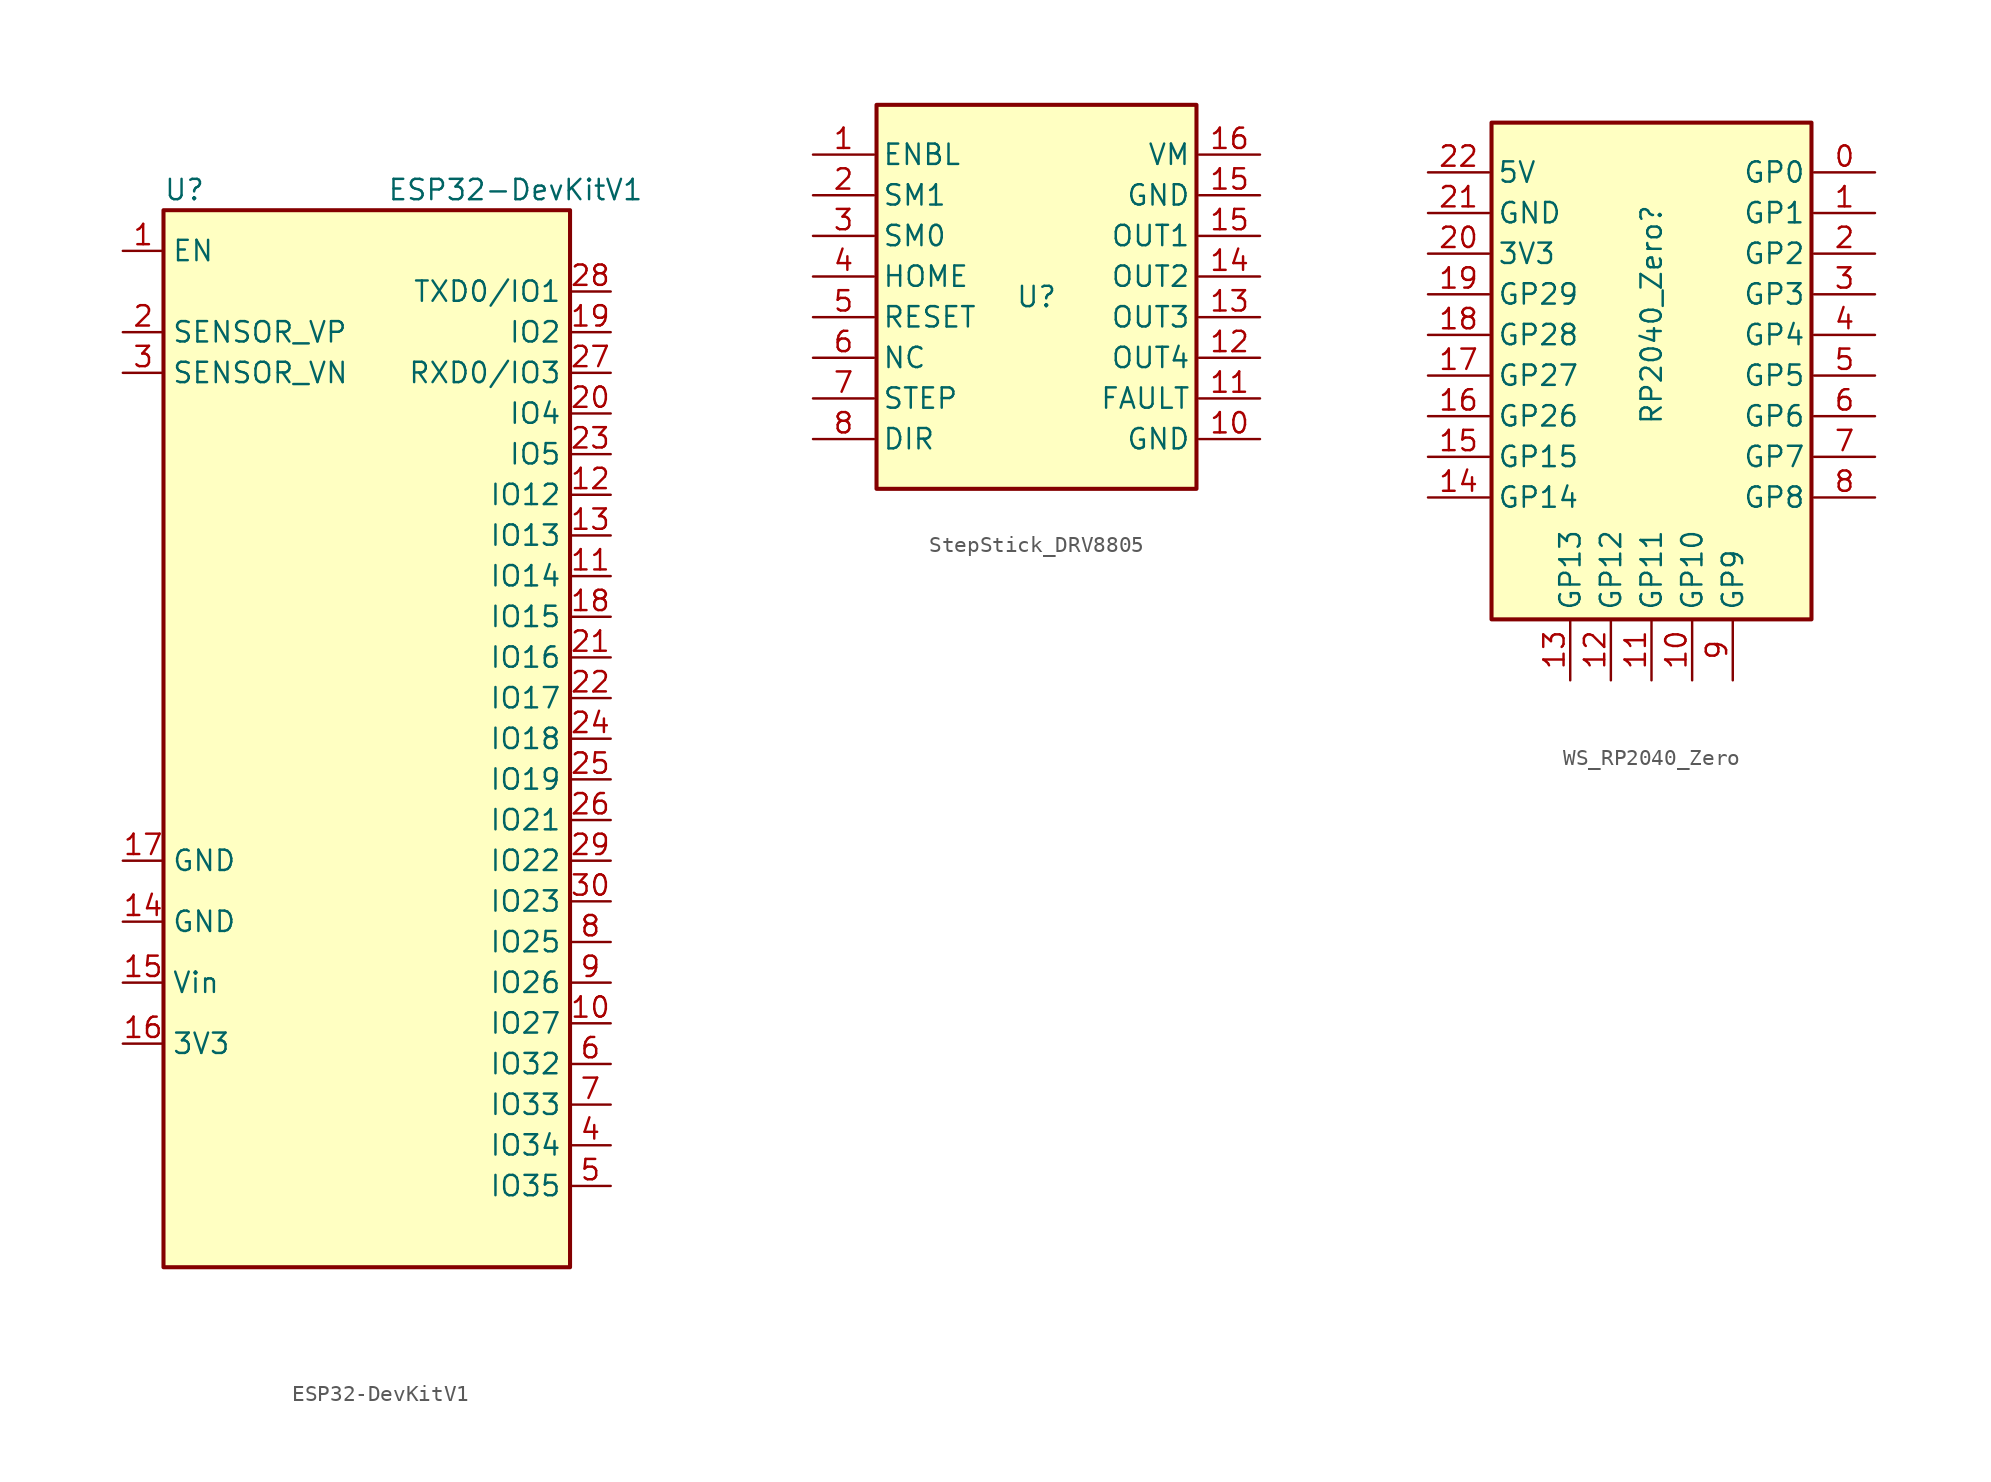
<source format=kicad_sym>
(kicad_symbol_lib
  (version 20231120)
  (generator "kicad_symbol_editor")
  (generator_version "8.0")
  (symbol "ESP32-DevKitV1"
    (property "Reference" "U"
      (at -12.7 34.29 0)
      (effects (font (size 1.27 1.27)) (justify left)))
    (property "Value" "ESP32-DevKitV1"
      (at 1.27 34.29 0)
      (effects (font (size 1.27 1.27)) (justify left)))
    (symbol "ESP32-DevKitV1_0_1"
      (rectangle (start -12.7 33.02) (end 12.7 -33.02) (stroke (width 0.254) (type default)) (fill (type background))))
    (symbol "ESP32-DevKitV1_1_1"
      (pin input line (at -15.24 30.48 0) (length 2.54) (name "EN" (effects (font (size 1.27 1.27)))) (number "1" (effects (font (size 1.27 1.27)))))
      (pin bidirectional line (at 15.24 -17.78 180) (length 2.54) (name "IO27" (effects (font (size 1.27 1.27)))) (number "10" (effects (font (size 1.27 1.27)))))
      (pin bidirectional line (at 15.24 10.16 180) (length 2.54) (name "IO14" (effects (font (size 1.27 1.27)))) (number "11" (effects (font (size 1.27 1.27)))))
      (pin bidirectional line (at 15.24 15.24 180) (length 2.54) (name "IO12" (effects (font (size 1.27 1.27)))) (number "12" (effects (font (size 1.27 1.27)))))
      (pin bidirectional line (at 15.24 12.7 180) (length 2.54) (name "IO13" (effects (font (size 1.27 1.27)))) (number "13" (effects (font (size 1.27 1.27)))))
      (pin power_in line (at -15.24 -11.43 0) (length 2.54) (name "GND" (effects (font (size 1.27 1.27)))) (number "14" (effects (font (size 1.27 1.27)))))
      (pin power_in line (at -15.24 -15.24 0) (length 2.54) (name "Vin" (effects (font (size 1.27 1.27)))) (number "15" (effects (font (size 1.27 1.27)))))
      (pin power_in line (at -15.24 -19.05 0) (length 2.54) (name "3V3" (effects (font (size 1.27 1.27)))) (number "16" (effects (font (size 1.27 1.27)))))
      (pin power_in line (at -15.24 -7.62 0) (length 2.54) (name "GND" (effects (font (size 1.27 1.27)))) (number "17" (effects (font (size 1.27 1.27)))))
      (pin bidirectional line (at 15.24 7.62 180) (length 2.54) (name "IO15" (effects (font (size 1.27 1.27)))) (number "18" (effects (font (size 1.27 1.27)))))
      (pin bidirectional line (at 15.24 25.4 180) (length 2.54) (name "IO2" (effects (font (size 1.27 1.27)))) (number "19" (effects (font (size 1.27 1.27)))))
      (pin input line (at -15.24 25.4 0) (length 2.54) (name "SENSOR_VP" (effects (font (size 1.27 1.27)))) (number "2" (effects (font (size 1.27 1.27)))))
      (pin bidirectional line (at 15.24 20.32 180) (length 2.54) (name "IO4" (effects (font (size 1.27 1.27)))) (number "20" (effects (font (size 1.27 1.27)))))
      (pin bidirectional line (at 15.24 5.08 180) (length 2.54) (name "IO16" (effects (font (size 1.27 1.27)))) (number "21" (effects (font (size 1.27 1.27)))))
      (pin bidirectional line (at 15.24 2.54 180) (length 2.54) (name "IO17" (effects (font (size 1.27 1.27)))) (number "22" (effects (font (size 1.27 1.27)))))
      (pin bidirectional line (at 15.24 17.78 180) (length 2.54) (name "IO5" (effects (font (size 1.27 1.27)))) (number "23" (effects (font (size 1.27 1.27)))))
      (pin bidirectional line (at 15.24 0 180) (length 2.54) (name "IO18" (effects (font (size 1.27 1.27)))) (number "24" (effects (font (size 1.27 1.27)))))
      (pin bidirectional line (at 15.24 -2.54 180) (length 2.54) (name "IO19" (effects (font (size 1.27 1.27)))) (number "25" (effects (font (size 1.27 1.27)))))
      (pin bidirectional line (at 15.24 -5.08 180) (length 2.54) (name "IO21" (effects (font (size 1.27 1.27)))) (number "26" (effects (font (size 1.27 1.27)))))
      (pin bidirectional line (at 15.24 22.86 180) (length 2.54) (name "RXD0/IO3" (effects (font (size 1.27 1.27)))) (number "27" (effects (font (size 1.27 1.27)))))
      (pin bidirectional line (at 15.24 27.94 180) (length 2.54) (name "TXD0/IO1" (effects (font (size 1.27 1.27)))) (number "28" (effects (font (size 1.27 1.27)))))
      (pin bidirectional line (at 15.24 -7.62 180) (length 2.54) (name "IO22" (effects (font (size 1.27 1.27)))) (number "29" (effects (font (size 1.27 1.27)))))
      (pin input line (at -15.24 22.86 0) (length 2.54) (name "SENSOR_VN" (effects (font (size 1.27 1.27)))) (number "3" (effects (font (size 1.27 1.27)))))
      (pin bidirectional line (at 15.24 -10.16 180) (length 2.54) (name "IO23" (effects (font (size 1.27 1.27)))) (number "30" (effects (font (size 1.27 1.27)))))
      (pin bidirectional line (at 15.24 -25.4 180) (length 2.54) (name "IO34" (effects (font (size 1.27 1.27)))) (number "4" (effects (font (size 1.27 1.27)))))
      (pin bidirectional line (at 15.24 -27.94 180) (length 2.54) (name "IO35" (effects (font (size 1.27 1.27)))) (number "5" (effects (font (size 1.27 1.27)))))
      (pin bidirectional line (at 15.24 -20.32 180) (length 2.54) (name "IO32" (effects (font (size 1.27 1.27)))) (number "6" (effects (font (size 1.27 1.27)))))
      (pin bidirectional line (at 15.24 -22.86 180) (length 2.54) (name "IO33" (effects (font (size 1.27 1.27)))) (number "7" (effects (font (size 1.27 1.27)))))
      (pin bidirectional line (at 15.24 -12.7 180) (length 2.54) (name "IO25" (effects (font (size 1.27 1.27)))) (number "8" (effects (font (size 1.27 1.27)))))
      (pin bidirectional line (at 15.24 -15.24 180) (length 2.54) (name "IO26" (effects (font (size 1.27 1.27)))) (number "9" (effects (font (size 1.27 1.27)))))))
  (symbol "StepStick_DRV8805"
    (property "Reference" "U"
      (at 0 0 0)
      (effects (font (size 1.27 1.27))))
    (property "Value" ""
      (at 0 0 0)
      (effects (font (size 1.27 1.27))))
    (symbol "StepStick_DRV8805_1_1"
      (rectangle (start -10 12) (end 10 -12) (stroke (width 0.254) (type default)) (fill (type background)))
      (pin passive line (at -13.97 8.89 0) (length 3.81) (name "ENBL" (effects (font (size 1.27 1.27)))) (number "1" (effects (font (size 1.27 1.27)))))
      (pin passive line (at 13.97 -8.89 180) (length 3.81) (name "GND" (effects (font (size 1.27 1.27)))) (number "10" (effects (font (size 1.27 1.27)))))
      (pin passive line (at 13.97 -6.35 180) (length 3.81) (name "FAULT" (effects (font (size 1.27 1.27)))) (number "11" (effects (font (size 1.27 1.27)))))
      (pin passive line (at 13.97 -3.81 180) (length 3.81) (name "OUT4" (effects (font (size 1.27 1.27)))) (number "12" (effects (font (size 1.27 1.27)))))
      (pin passive line (at 13.97 -1.27 180) (length 3.81) (name "OUT3" (effects (font (size 1.27 1.27)))) (number "13" (effects (font (size 1.27 1.27)))))
      (pin passive line (at 13.97 1.27 180) (length 3.81) (name "OUT2" (effects (font (size 1.27 1.27)))) (number "14" (effects (font (size 1.27 1.27)))))
      (pin passive line (at 13.97 6.35 180) (length 3.81) (name "GND" (effects (font (size 1.27 1.27)))) (number "15" (effects (font (size 1.27 1.27)))))
      (pin passive line (at 13.97 3.81 180) (length 3.81) (name "OUT1" (effects (font (size 1.27 1.27)))) (number "15" (effects (font (size 1.27 1.27)))))
      (pin passive line (at 13.97 8.89 180) (length 3.81) (name "VM" (effects (font (size 1.27 1.27)))) (number "16" (effects (font (size 1.27 1.27)))))
      (pin passive line (at -13.97 6.35 0) (length 3.81) (name "SM1" (effects (font (size 1.27 1.27)))) (number "2" (effects (font (size 1.27 1.27)))))
      (pin passive line (at -13.97 3.81 0) (length 3.81) (name "SM0" (effects (font (size 1.27 1.27)))) (number "3" (effects (font (size 1.27 1.27)))))
      (pin passive line (at -13.97 1.27 0) (length 3.81) (name "HOME" (effects (font (size 1.27 1.27)))) (number "4" (effects (font (size 1.27 1.27)))))
      (pin passive line (at -13.97 -1.27 0) (length 3.81) (name "RESET" (effects (font (size 1.27 1.27)))) (number "5" (effects (font (size 1.27 1.27)))))
      (pin passive line (at -13.97 -3.81 0) (length 3.81) (name "NC" (effects (font (size 1.27 1.27)))) (number "6" (effects (font (size 1.27 1.27)))))
      (pin passive line (at -13.97 -6.35 0) (length 3.81) (name "STEP" (effects (font (size 1.27 1.27)))) (number "7" (effects (font (size 1.27 1.27)))))
      (pin passive line (at -13.97 -8.89 0) (length 3.81) (name "DIR" (effects (font (size 1.27 1.27)))) (number "8" (effects (font (size 1.27 1.27)))))))
  (symbol "WS_RP2040_Zero"
    (property "Reference" "RP2040_Zero"
      (at 0 0 90)
      (effects (font (size 1.27 1.27))))
    (property "Value" ""
      (at 0 0 90)
      (effects (font (size 1.27 1.27))))
    (symbol "WS_RP2040_Zero_1_1"
      (rectangle (start -10 12) (end 10 -19.05) (stroke (width 0.254) (type default)) (fill (type background)))
      (pin passive line (at 13.97 8.89 180) (length 3.81) (name "GP0" (effects (font (size 1.27 1.27)))) (number "0" (effects (font (size 1.27 1.27)))))
      (pin passive line (at 13.97 6.35 180) (length 3.81) (name "GP1" (effects (font (size 1.27 1.27)))) (number "1" (effects (font (size 1.27 1.27)))))
      (pin passive line (at 2.54 -22.86 90) (length 3.81) (name "GP10" (effects (font (size 1.27 1.27)))) (number "10" (effects (font (size 1.27 1.27)))))
      (pin passive line (at 0 -22.86 90) (length 3.81) (name "GP11" (effects (font (size 1.27 1.27)))) (number "11" (effects (font (size 1.27 1.27)))))
      (pin passive line (at -2.54 -22.86 90) (length 3.81) (name "GP12" (effects (font (size 1.27 1.27)))) (number "12" (effects (font (size 1.27 1.27)))))
      (pin passive line (at -5.08 -22.86 90) (length 3.81) (name "GP13" (effects (font (size 1.27 1.27)))) (number "13" (effects (font (size 1.27 1.27)))))
      (pin passive line (at -13.97 -11.43 0) (length 3.81) (name "GP14" (effects (font (size 1.27 1.27)))) (number "14" (effects (font (size 1.27 1.27)))))
      (pin passive line (at -13.97 -8.89 0) (length 3.81) (name "GP15" (effects (font (size 1.27 1.27)))) (number "15" (effects (font (size 1.27 1.27)))))
      (pin passive line (at -13.97 -6.35 0) (length 3.81) (name "GP26" (effects (font (size 1.27 1.27)))) (number "16" (effects (font (size 1.27 1.27)))))
      (pin passive line (at -13.97 -3.81 0) (length 3.81) (name "GP27" (effects (font (size 1.27 1.27)))) (number "17" (effects (font (size 1.27 1.27)))))
      (pin passive line (at -13.97 -1.27 0) (length 3.81) (name "GP28" (effects (font (size 1.27 1.27)))) (number "18" (effects (font (size 1.27 1.27)))))
      (pin passive line (at -13.97 1.27 0) (length 3.81) (name "GP29" (effects (font (size 1.27 1.27)))) (number "19" (effects (font (size 1.27 1.27)))))
      (pin passive line (at 13.97 3.81 180) (length 3.81) (name "GP2" (effects (font (size 1.27 1.27)))) (number "2" (effects (font (size 1.27 1.27)))))
      (pin passive line (at -13.97 3.81 0) (length 3.81) (name "3V3" (effects (font (size 1.27 1.27)))) (number "20" (effects (font (size 1.27 1.27)))))
      (pin passive line (at -13.97 6.35 0) (length 3.81) (name "GND" (effects (font (size 1.27 1.27)))) (number "21" (effects (font (size 1.27 1.27)))))
      (pin passive line (at -13.97 8.89 0) (length 3.81) (name "5V" (effects (font (size 1.27 1.27)))) (number "22" (effects (font (size 1.27 1.27)))))
      (pin passive line (at 13.97 1.27 180) (length 3.81) (name "GP3" (effects (font (size 1.27 1.27)))) (number "3" (effects (font (size 1.27 1.27)))))
      (pin passive line (at 13.97 -1.27 180) (length 3.81) (name "GP4" (effects (font (size 1.27 1.27)))) (number "4" (effects (font (size 1.27 1.27)))))
      (pin passive line (at 13.97 -3.81 180) (length 3.81) (name "GP5" (effects (font (size 1.27 1.27)))) (number "5" (effects (font (size 1.27 1.27)))))
      (pin passive line (at 13.97 -6.35 180) (length 3.81) (name "GP6" (effects (font (size 1.27 1.27)))) (number "6" (effects (font (size 1.27 1.27)))))
      (pin passive line (at 13.97 -8.89 180) (length 3.81) (name "GP7" (effects (font (size 1.27 1.27)))) (number "7" (effects (font (size 1.27 1.27)))))
      (pin passive line (at 13.97 -11.43 180) (length 3.81) (name "GP8" (effects (font (size 1.27 1.27)))) (number "8" (effects (font (size 1.27 1.27)))))
      (pin passive line (at 5.08 -22.86 90) (length 3.81) (name "GP9" (effects (font (size 1.27 1.27)))) (number "9" (effects (font (size 1.27 1.27))))))))
</source>
